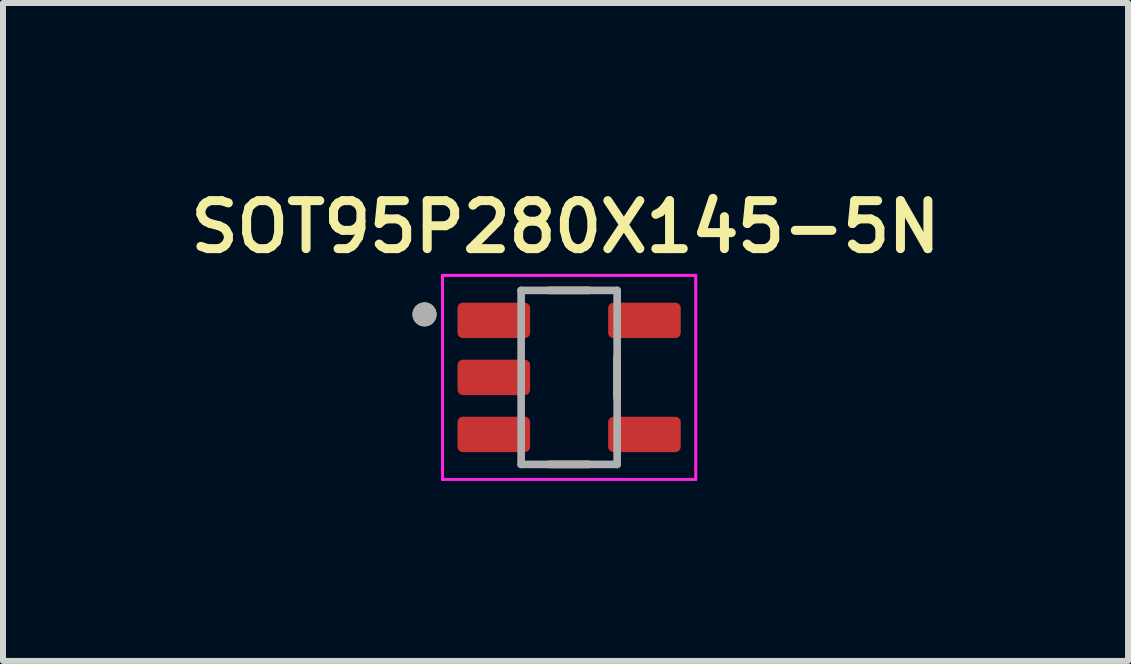
<source format=kicad_pcb>
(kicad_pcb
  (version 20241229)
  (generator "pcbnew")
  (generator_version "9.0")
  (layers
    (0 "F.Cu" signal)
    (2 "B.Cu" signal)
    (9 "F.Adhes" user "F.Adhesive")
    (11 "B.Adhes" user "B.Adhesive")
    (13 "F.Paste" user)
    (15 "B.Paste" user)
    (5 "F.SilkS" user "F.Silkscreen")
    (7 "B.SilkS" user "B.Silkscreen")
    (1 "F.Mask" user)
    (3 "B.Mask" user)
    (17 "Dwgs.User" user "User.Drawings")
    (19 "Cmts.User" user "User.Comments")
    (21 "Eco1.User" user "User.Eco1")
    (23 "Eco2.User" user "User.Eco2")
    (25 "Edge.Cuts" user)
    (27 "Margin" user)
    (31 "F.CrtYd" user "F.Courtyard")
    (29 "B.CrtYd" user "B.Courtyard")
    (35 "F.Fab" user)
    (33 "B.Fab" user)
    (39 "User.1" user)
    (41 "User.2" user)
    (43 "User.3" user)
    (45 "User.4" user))
  (footprint "SOT95P280X145-5N"
    (layer "F.Cu")
    (at 6.434 3.239)
    (property "Reference" "SOT95P280X145-5N" (at -0.06 -2.508 0) (layer "F.SilkS") (effects (font (size 0.8 0.8) (thickness 0.15))))
    (attr through_hole)
    (fp_line (start -0.33 -1.45) (end 0.33 -1.45) (stroke (width 0.127) (type solid)) (layer "F.SilkS"))
    (fp_line (start 0.33 1.45) (end -0.33 1.45) (stroke (width 0.127) (type solid)) (layer "F.SilkS"))
    (fp_line (start 0.8 -0.335) (end 0.8 0.335) (stroke (width 0.127) (type solid)) (layer "F.SilkS"))
    (fp_circle (center -2.41 -1.05) (end -2.31 -1.05) (stroke (width 0.2) (type solid)) (fill no) (layer "F.SilkS"))
    (fp_line (start -2.11 -1.7) (end 2.11 -1.7) (stroke (width 0.05) (type solid)) (layer "F.CrtYd"))
    (fp_line (start -2.11 1.7) (end -2.11 -1.7) (stroke (width 0.05) (type solid)) (layer "F.CrtYd"))
    (fp_line (start 2.11 -1.7) (end 2.11 1.7) (stroke (width 0.05) (type solid)) (layer "F.CrtYd"))
    (fp_line (start 2.11 1.7) (end -2.11 1.7) (stroke (width 0.05) (type solid)) (layer "F.CrtYd"))
    (fp_line (start -0.8 -1.45) (end 0.8 -1.45) (stroke (width 0.127) (type solid)) (layer "F.Fab"))
    (fp_line (start -0.8 1.45) (end -0.8 -1.45) (stroke (width 0.127) (type solid)) (layer "F.Fab"))
    (fp_line (start 0.8 -1.45) (end 0.8 1.45) (stroke (width 0.127) (type solid)) (layer "F.Fab"))
    (fp_line (start 0.8 1.45) (end -0.8 1.45) (stroke (width 0.127) (type solid)) (layer "F.Fab"))
    (fp_circle (center -2.41 -1.05) (end -2.31 -1.05) (stroke (width 0.2) (type solid)) (fill no) (layer "F.Fab"))
    (pad "1" smd roundrect (at -1.255 -0.95) (size 1.21 0.59) (layers "F.Cu" "F.Mask" "F.Paste") (roundrect_rratio 0.15))
    (pad "2" smd roundrect (at -1.255 0) (size 1.21 0.59) (layers "F.Cu" "F.Mask" "F.Paste") (roundrect_rratio 0.15))
    (pad "3" smd roundrect (at -1.255 0.95) (size 1.21 0.59) (layers "F.Cu" "F.Mask" "F.Paste") (roundrect_rratio 0.15))
    (pad "4" smd roundrect (at 1.255 0.95) (size 1.21 0.59) (layers "F.Cu" "F.Mask" "F.Paste") (roundrect_rratio 0.15))
    (pad "5" smd roundrect (at 1.255 -0.95) (size 1.21 0.59) (layers "F.Cu" "F.Mask" "F.Paste") (roundrect_rratio 0.15)))
  (gr_rect
    (start -3 -3)
    (end 15.747 7.964)
    (stroke (width 0.1) (type default))
    (fill no)
    (layer "Edge.Cuts")))
</source>
